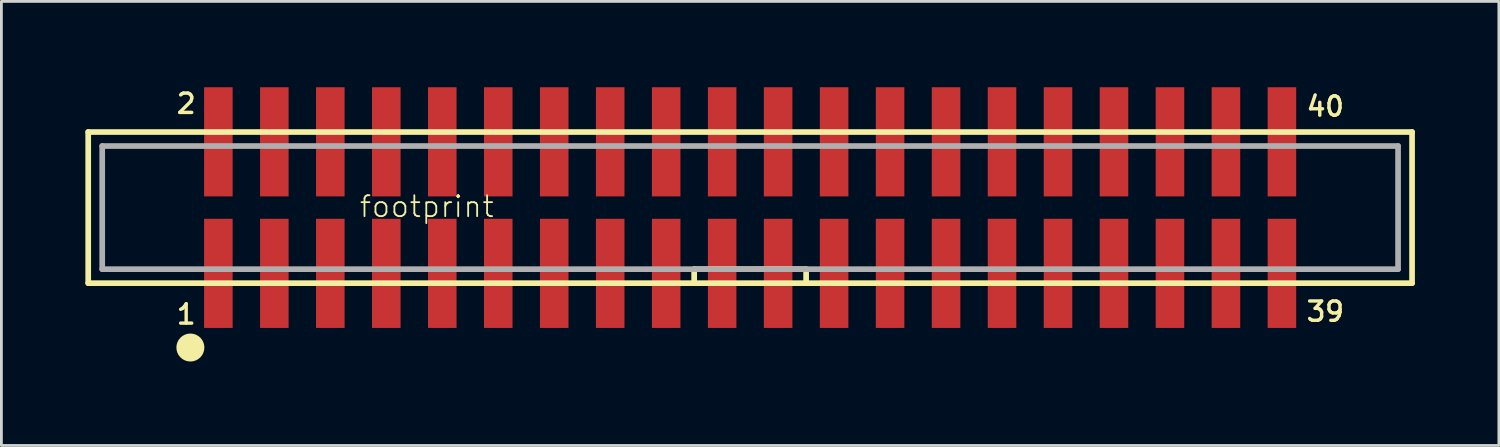
<source format=kicad_pcb>
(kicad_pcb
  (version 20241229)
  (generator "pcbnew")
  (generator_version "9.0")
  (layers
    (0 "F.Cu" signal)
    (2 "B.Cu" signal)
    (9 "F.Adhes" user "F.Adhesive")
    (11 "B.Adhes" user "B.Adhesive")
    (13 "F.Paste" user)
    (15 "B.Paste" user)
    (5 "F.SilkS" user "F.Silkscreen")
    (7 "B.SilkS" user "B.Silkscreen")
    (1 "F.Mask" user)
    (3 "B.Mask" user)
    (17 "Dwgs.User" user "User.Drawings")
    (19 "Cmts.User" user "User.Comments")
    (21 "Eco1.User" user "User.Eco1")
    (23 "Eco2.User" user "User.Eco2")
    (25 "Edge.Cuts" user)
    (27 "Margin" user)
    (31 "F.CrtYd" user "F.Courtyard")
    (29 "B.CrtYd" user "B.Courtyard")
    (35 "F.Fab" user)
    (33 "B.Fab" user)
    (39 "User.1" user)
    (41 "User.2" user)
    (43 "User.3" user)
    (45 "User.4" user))
  (footprint "footprint"
    (layer "F.Cu")
    (at 23.752 4.367)
    (property "Reference" "footprint" (at -14 0.4 0) (layer "F.SilkS") (effects (font (size 0.748 0.748) (thickness 0.065)) (justify left bottom)))
    (fp_line (start -23.65 -2.7) (end 23.65 -2.7) (stroke (width 0.203) (type solid)) (layer "F.SilkS"))
    (fp_line (start -23.65 2.7) (end -23.65 -2.7) (stroke (width 0.203) (type solid)) (layer "F.SilkS"))
    (fp_line (start -2 2.2) (end 2 2.2) (stroke (width 0.203) (type solid)) (layer "F.SilkS"))
    (fp_line (start -2 2.7) (end -23.65 2.7) (stroke (width 0.203) (type solid)) (layer "F.SilkS"))
    (fp_line (start -2 2.7) (end -2 2.2) (stroke (width 0.203) (type solid)) (layer "F.SilkS"))
    (fp_line (start 2 2.2) (end 2 2.7) (stroke (width 0.203) (type solid)) (layer "F.SilkS"))
    (fp_line (start 2 2.7) (end -2 2.7) (stroke (width 0.203) (type solid)) (layer "F.SilkS"))
    (fp_line (start 23.65 -2.7) (end 23.65 2.7) (stroke (width 0.203) (type solid)) (layer "F.SilkS"))
    (fp_line (start 23.65 2.7) (end 2 2.7) (stroke (width 0.203) (type solid)) (layer "F.SilkS"))
    (fp_circle (center -20 5) (end -19.75 5) (stroke (width 0.5) (type solid)) (fill yes) (layer "F.SilkS"))
    (fp_line (start -23.15 -2.2) (end -23.15 2.2) (stroke (width 0.203) (type solid)) (layer "F.Fab"))
    (fp_line (start -23.15 2.2) (end 23.15 2.2) (stroke (width 0.203) (type solid)) (layer "F.Fab"))
    (fp_line (start 23.15 -2.2) (end -23.15 -2.2) (stroke (width 0.203) (type solid)) (layer "F.Fab"))
    (fp_line (start 23.15 2.2) (end 23.15 -2.2) (stroke (width 0.203) (type solid)) (layer "F.Fab"))
    (fp_text user "39" (at 20.55 3.31 0) (layer "F.SilkS") (effects (font (size 0.691 0.691) (thickness 0.122)) (justify top)))
    (fp_text user "2" (at -20.15 -3.31 0) (layer "F.SilkS") (effects (font (size 0.691 0.691) (thickness 0.122)) (justify bottom)))
    (fp_text user "40" (at 20.55 -3.21 0) (layer "F.SilkS") (effects (font (size 0.691 0.691) (thickness 0.122)) (justify bottom)))
    (fp_text user "1" (at -20.15 3.41 0) (layer "F.SilkS") (effects (font (size 0.691 0.691) (thickness 0.122)) (justify top)))
    (pad "1" smd rect (at -19 2.35) (size 1.02 3.9) (layers "F.Cu" "F.Mask" "F.Paste"))
    (pad "2" smd rect (at -19 -2.35) (size 1.02 3.9) (layers "F.Cu" "F.Mask" "F.Paste"))
    (pad "3" smd rect (at -17 2.35) (size 1.02 3.9) (layers "F.Cu" "F.Mask" "F.Paste"))
    (pad "4" smd rect (at -17 -2.35) (size 1.02 3.9) (layers "F.Cu" "F.Mask" "F.Paste"))
    (pad "5" smd rect (at -15 2.35) (size 1.02 3.9) (layers "F.Cu" "F.Mask" "F.Paste"))
    (pad "6" smd rect (at -15 -2.35) (size 1.02 3.9) (layers "F.Cu" "F.Mask" "F.Paste"))
    (pad "7" smd rect (at -13 2.35) (size 1.02 3.9) (layers "F.Cu" "F.Mask" "F.Paste"))
    (pad "8" smd rect (at -13 -2.35) (size 1.02 3.9) (layers "F.Cu" "F.Mask" "F.Paste"))
    (pad "9" smd rect (at -11 2.35) (size 1.02 3.9) (layers "F.Cu" "F.Mask" "F.Paste"))
    (pad "10" smd rect (at -11 -2.35) (size 1.02 3.9) (layers "F.Cu" "F.Mask" "F.Paste"))
    (pad "11" smd rect (at -9 2.35) (size 1.02 3.9) (layers "F.Cu" "F.Mask" "F.Paste"))
    (pad "12" smd rect (at -9 -2.35) (size 1.02 3.9) (layers "F.Cu" "F.Mask" "F.Paste"))
    (pad "13" smd rect (at -7 2.35) (size 1.02 3.9) (layers "F.Cu" "F.Mask" "F.Paste"))
    (pad "14" smd rect (at -7 -2.35) (size 1.02 3.9) (layers "F.Cu" "F.Mask" "F.Paste"))
    (pad "15" smd rect (at -5 2.35) (size 1.02 3.9) (layers "F.Cu" "F.Mask" "F.Paste"))
    (pad "16" smd rect (at -5 -2.35) (size 1.02 3.9) (layers "F.Cu" "F.Mask" "F.Paste"))
    (pad "17" smd rect (at -3 2.35) (size 1.02 3.9) (layers "F.Cu" "F.Mask" "F.Paste"))
    (pad "18" smd rect (at -3 -2.35) (size 1.02 3.9) (layers "F.Cu" "F.Mask" "F.Paste"))
    (pad "19" smd rect (at -1 2.35) (size 1.02 3.9) (layers "F.Cu" "F.Mask" "F.Paste"))
    (pad "20" smd rect (at -1 -2.35) (size 1.02 3.9) (layers "F.Cu" "F.Mask" "F.Paste"))
    (pad "21" smd rect (at 1 2.35) (size 1.02 3.9) (layers "F.Cu" "F.Mask" "F.Paste"))
    (pad "22" smd rect (at 1 -2.35) (size 1.02 3.9) (layers "F.Cu" "F.Mask" "F.Paste"))
    (pad "23" smd rect (at 3 2.35) (size 1.02 3.9) (layers "F.Cu" "F.Mask" "F.Paste"))
    (pad "24" smd rect (at 3 -2.35) (size 1.02 3.9) (layers "F.Cu" "F.Mask" "F.Paste"))
    (pad "25" smd rect (at 5 2.35) (size 1.02 3.9) (layers "F.Cu" "F.Mask" "F.Paste"))
    (pad "26" smd rect (at 5 -2.35) (size 1.02 3.9) (layers "F.Cu" "F.Mask" "F.Paste"))
    (pad "27" smd rect (at 7 2.35) (size 1.02 3.9) (layers "F.Cu" "F.Mask" "F.Paste"))
    (pad "28" smd rect (at 7 -2.35) (size 1.02 3.9) (layers "F.Cu" "F.Mask" "F.Paste"))
    (pad "29" smd rect (at 9 2.35) (size 1.02 3.9) (layers "F.Cu" "F.Mask" "F.Paste"))
    (pad "30" smd rect (at 9 -2.35) (size 1.02 3.9) (layers "F.Cu" "F.Mask" "F.Paste"))
    (pad "31" smd rect (at 11 2.35) (size 1.02 3.9) (layers "F.Cu" "F.Mask" "F.Paste"))
    (pad "32" smd rect (at 11 -2.35) (size 1.02 3.9) (layers "F.Cu" "F.Mask" "F.Paste"))
    (pad "33" smd rect (at 13 2.35) (size 1.02 3.9) (layers "F.Cu" "F.Mask" "F.Paste"))
    (pad "34" smd rect (at 13 -2.35) (size 1.02 3.9) (layers "F.Cu" "F.Mask" "F.Paste"))
    (pad "35" smd rect (at 15 2.35) (size 1.02 3.9) (layers "F.Cu" "F.Mask" "F.Paste"))
    (pad "36" smd rect (at 15 -2.35) (size 1.02 3.9) (layers "F.Cu" "F.Mask" "F.Paste"))
    (pad "37" smd rect (at 17 2.35) (size 1.02 3.9) (layers "F.Cu" "F.Mask" "F.Paste"))
    (pad "38" smd rect (at 17 -2.35) (size 1.02 3.9) (layers "F.Cu" "F.Mask" "F.Paste"))
    (pad "39" smd rect (at 19 2.35) (size 1.02 3.9) (layers "F.Cu" "F.Mask" "F.Paste"))
    (pad "40" smd rect (at 19 -2.35) (size 1.02 3.9) (layers "F.Cu" "F.Mask" "F.Paste")))
  (gr_rect
    (start -3 -3)
    (end 50.503 12.867)
    (stroke (width 0.1) (type default))
    (fill no)
    (layer "Edge.Cuts")))
</source>
